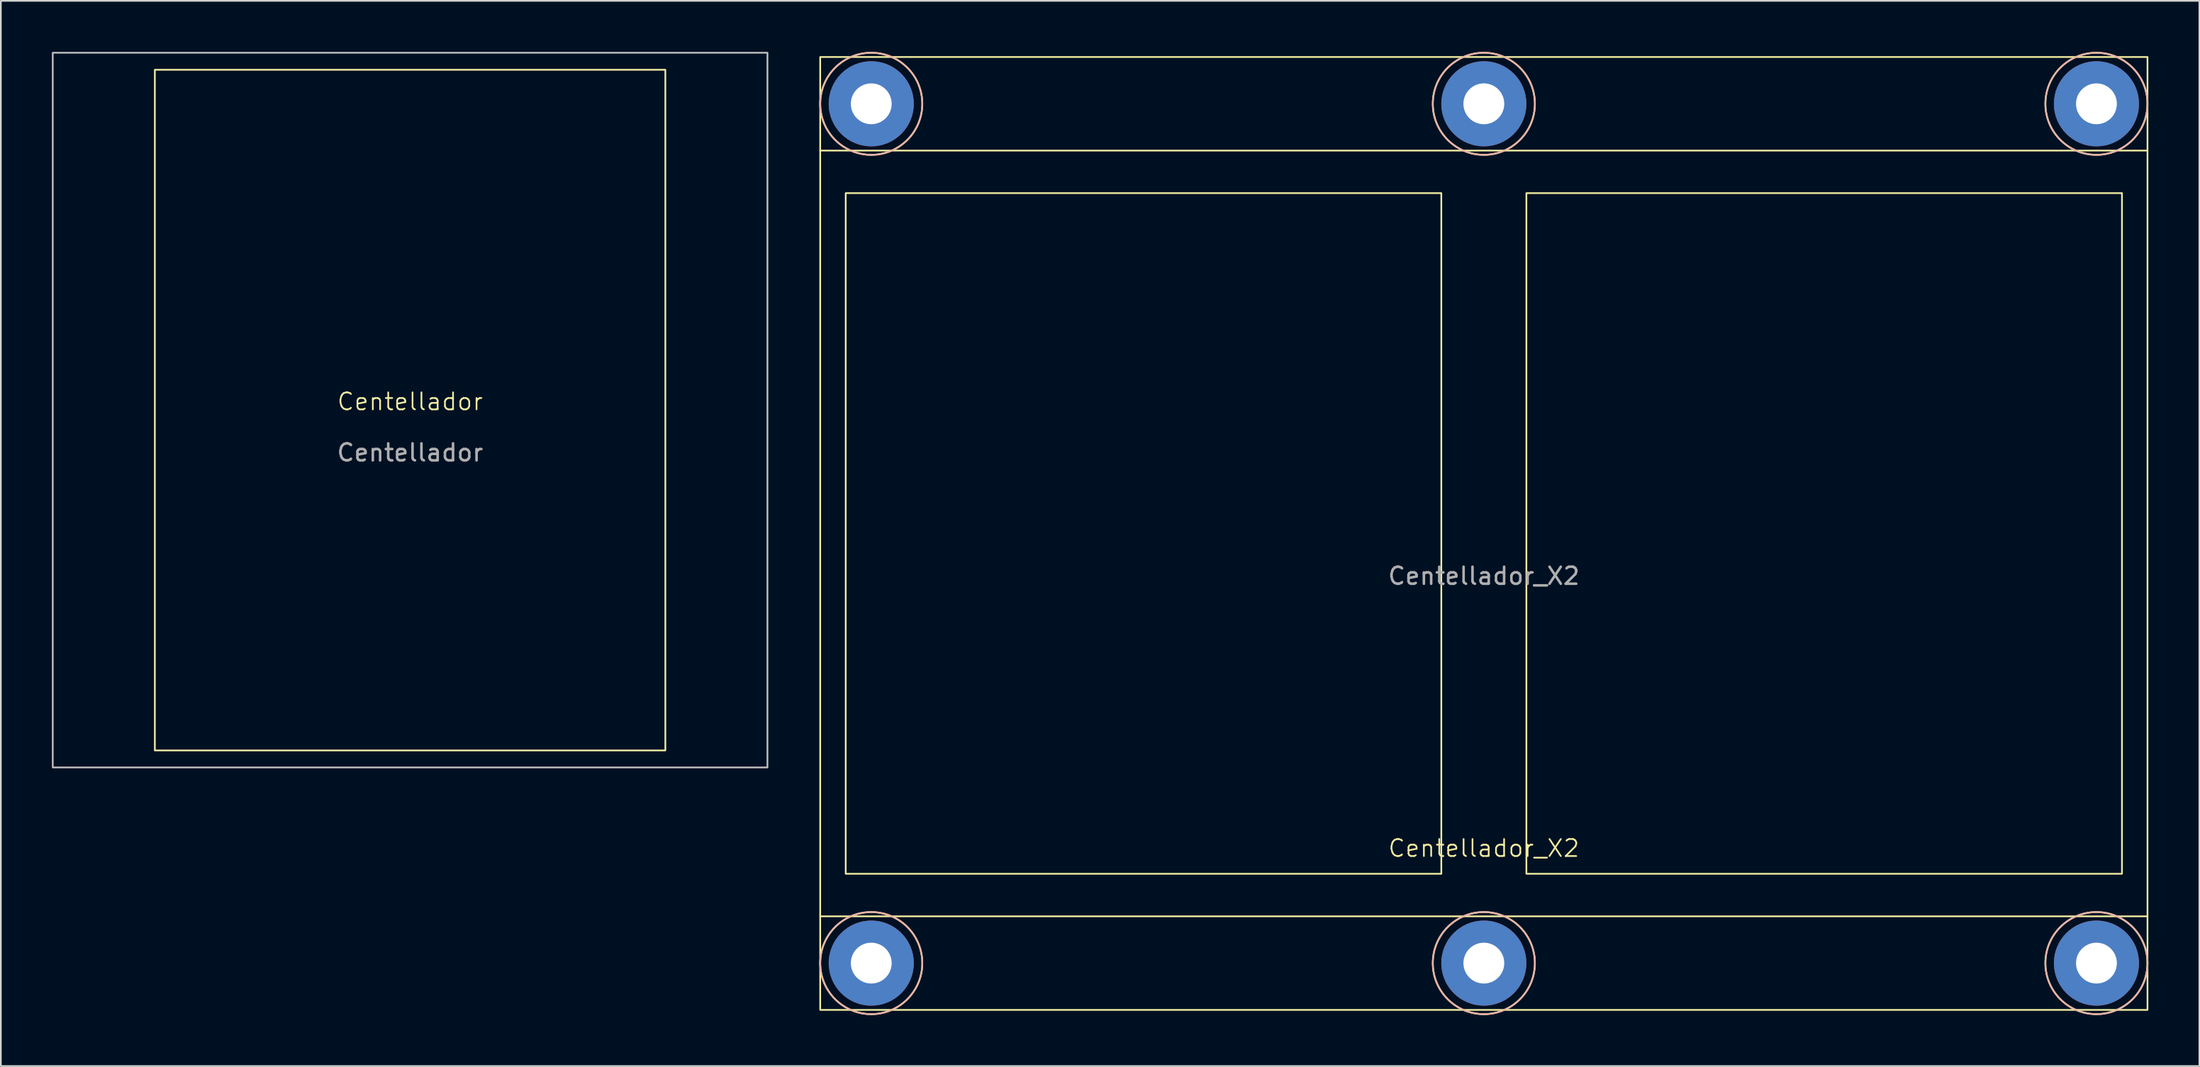
<source format=kicad_pcb>
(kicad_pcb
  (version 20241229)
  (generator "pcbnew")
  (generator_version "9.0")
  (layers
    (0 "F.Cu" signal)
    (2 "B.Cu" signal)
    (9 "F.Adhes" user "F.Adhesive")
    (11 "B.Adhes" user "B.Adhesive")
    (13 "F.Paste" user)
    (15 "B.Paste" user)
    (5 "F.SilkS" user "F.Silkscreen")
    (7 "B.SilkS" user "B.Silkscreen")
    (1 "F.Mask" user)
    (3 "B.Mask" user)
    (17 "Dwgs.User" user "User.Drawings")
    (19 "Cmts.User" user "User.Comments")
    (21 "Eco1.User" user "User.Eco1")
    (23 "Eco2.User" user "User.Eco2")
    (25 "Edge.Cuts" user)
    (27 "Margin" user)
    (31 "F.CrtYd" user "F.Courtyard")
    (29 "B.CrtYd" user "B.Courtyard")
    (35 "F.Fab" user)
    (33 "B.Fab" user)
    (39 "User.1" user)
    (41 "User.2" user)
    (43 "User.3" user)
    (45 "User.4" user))
  (footprint "Centellador_X2"
    (layer "F.Cu")
    (at 84.15 28.3)
    (property "Reference" "Centellador_X2" (at 0 18.5 0) (unlocked yes) (layer "F.SilkS") (effects (font (size 1 1) (thickness 0.1))))
    (attr smd)
    (fp_line (start -39 -22.5) (end 39 -22.5) (stroke (width 0.1) (type default)) (layer "F.SilkS"))
    (fp_line (start -39 22.5) (end 39 22.5) (stroke (width 0.1) (type default)) (layer "F.SilkS"))
    (fp_rect (start -39 -28) (end 39 28) (stroke (width 0.1) (type default)) (fill no) (layer "F.SilkS"))
    (fp_rect (start -37.5 -20) (end -2.5 20) (stroke (width 0.1) (type default)) (fill no) (layer "F.SilkS"))
    (fp_rect (start 2.5 -20) (end 37.5 20) (stroke (width 0.1) (type default)) (fill no) (layer "F.SilkS"))
    (fp_circle (center -36 -25.25) (end -33 -25.25) (stroke (width 0.1) (type default)) (fill no) (layer "F.SilkS"))
    (fp_circle (center -36 25.25) (end -33 25.25) (stroke (width 0.1) (type default)) (fill no) (layer "F.SilkS"))
    (fp_circle (center 0 -25.25) (end 3 -25.25) (stroke (width 0.1) (type default)) (fill no) (layer "F.SilkS"))
    (fp_circle (center 0 25.25) (end 3 25.25) (stroke (width 0.1) (type default)) (fill no) (layer "F.SilkS"))
    (fp_circle (center 36 -25.25) (end 39 -25.25) (stroke (width 0.1) (type default)) (fill no) (layer "F.SilkS"))
    (fp_circle (center 36 25.25) (end 39 25.25) (stroke (width 0.1) (type default)) (fill no) (layer "F.SilkS"))
    (fp_circle (center -36 -25.25) (end -33 -25.25) (stroke (width 0.1) (type default)) (fill no) (layer "B.SilkS"))
    (fp_circle (center -36 25.25) (end -33 25.25) (stroke (width 0.1) (type default)) (fill no) (layer "B.SilkS"))
    (fp_circle (center 0 -25.25) (end 3 -25.25) (stroke (width 0.1) (type default)) (fill no) (layer "B.SilkS"))
    (fp_circle (center 0 25.25) (end 3 25.25) (stroke (width 0.1) (type default)) (fill no) (layer "B.SilkS"))
    (fp_circle (center 36 -25.25) (end 39 -25.25) (stroke (width 0.1) (type default)) (fill no) (layer "B.SilkS"))
    (fp_circle (center 36 25.25) (end 39 25.25) (stroke (width 0.1) (type default)) (fill no) (layer "B.SilkS"))
    (fp_text user "${REFERENCE}" (at 0 2.5 0) (unlocked yes) (layer "F.Fab") (effects (font (size 1 1) (thickness 0.15))))
    (pad "1" thru_hole circle (at -36 -25.25) (size 5 5) (drill 2.4) (layers "*.Cu" "*.Mask" "Eco1.User"))
    (pad "2" thru_hole circle (at 0 -25.25) (size 5 5) (drill 2.4) (layers "*.Cu" "*.Mask"))
    (pad "3" thru_hole circle (at 36 -25.25) (size 5 5) (drill 2.4) (layers "*.Cu" "*.Mask"))
    (pad "4" thru_hole circle (at -36 25.25) (size 5 5) (drill 2.4) (layers "*.Cu" "*.Mask"))
    (pad "5" thru_hole circle (at 0 25.25) (size 5 5) (drill 2.4) (layers "*.Cu" "*.Mask"))
    (pad "6" thru_hole circle (at 36 25.25) (size 5 5) (drill 2.4) (layers "*.Cu" "*.Mask")))
  (footprint "Centellador"
    (layer "F.Cu")
    (at 21.05 21.05)
    (property "Reference" "Centellador" (at 0 -0.5 0) (unlocked yes) (layer "F.SilkS") (effects (font (size 1 1) (thickness 0.1))))
    (attr smd)
    (fp_rect (start -15 -20) (end 15 20) (stroke (width 0.1) (type default)) (fill no) (layer "F.SilkS"))
    (fp_rect (start -21 -21) (end 21 21) (stroke (width 0.1) (type default)) (fill no) (layer "Dwgs.User"))
    (fp_text user "${REFERENCE}" (at 0 2.5 0) (unlocked yes) (layer "F.Fab") (effects (font (size 1 1) (thickness 0.15)))))
  (gr_rect
    (start -3 -3)
    (end 126.2 59.6)
    (stroke (width 0.1) (type default))
    (fill no)
    (layer "Edge.Cuts")))
</source>
